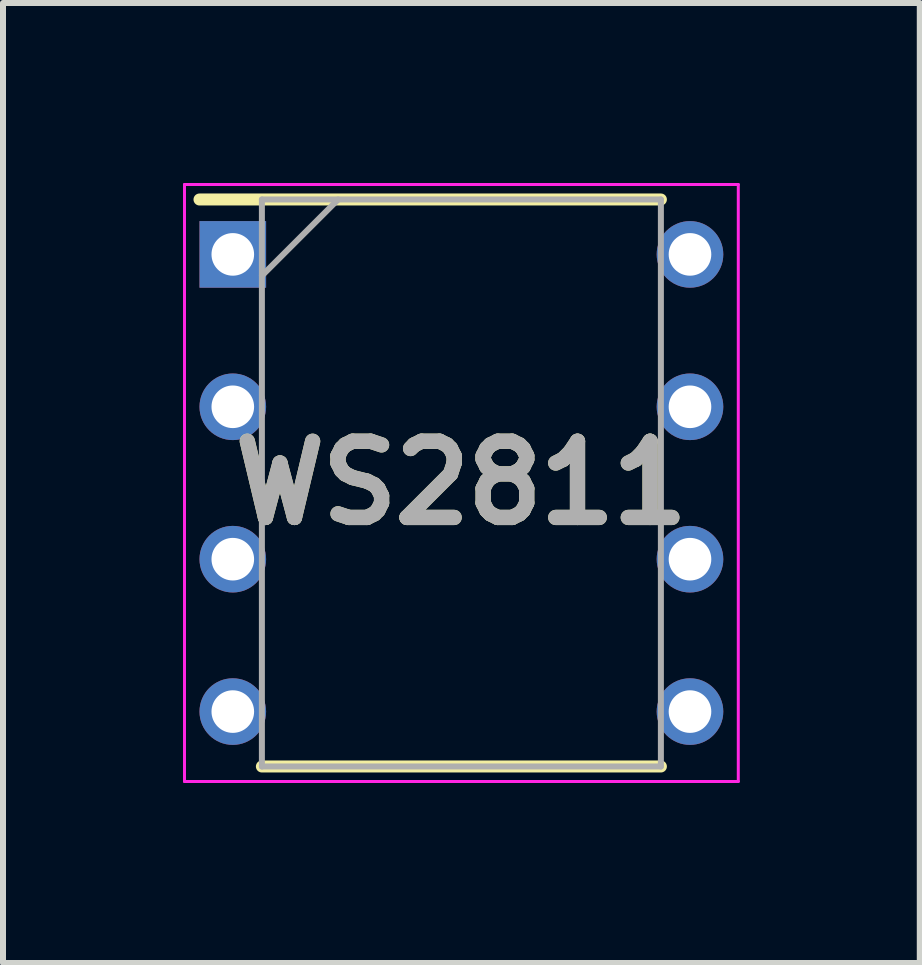
<source format=kicad_pcb>
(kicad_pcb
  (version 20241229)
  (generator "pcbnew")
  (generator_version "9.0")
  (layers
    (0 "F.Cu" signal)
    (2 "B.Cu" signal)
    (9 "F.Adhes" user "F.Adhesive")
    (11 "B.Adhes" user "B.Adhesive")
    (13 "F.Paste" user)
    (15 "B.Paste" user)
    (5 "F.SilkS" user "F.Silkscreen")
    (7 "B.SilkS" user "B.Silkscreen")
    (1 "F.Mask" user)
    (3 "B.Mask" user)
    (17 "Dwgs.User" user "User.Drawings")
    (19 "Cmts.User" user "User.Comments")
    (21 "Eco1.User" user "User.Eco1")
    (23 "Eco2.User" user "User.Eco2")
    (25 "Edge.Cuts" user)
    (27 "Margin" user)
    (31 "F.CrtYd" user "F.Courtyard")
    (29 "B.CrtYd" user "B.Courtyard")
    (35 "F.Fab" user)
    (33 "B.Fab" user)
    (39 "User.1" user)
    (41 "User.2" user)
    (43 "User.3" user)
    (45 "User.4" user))
  (footprint "WS2811"
    (layer "F.Cu")
    (at 4.64 5)
    (property "Reference" "WS2811" (at 0 0 0) (layer "F.SilkS") (effects (font (size 1.27 1.27) (thickness 0.254))))
    (attr through_hole)
    (fp_line (start -4.365 -4.725) (end 3.325 -4.725) (stroke (width 0.2) (type solid)) (layer "F.SilkS"))
    (fp_line (start -3.325 4.725) (end 3.325 4.725) (stroke (width 0.2) (type solid)) (layer "F.SilkS"))
    (fp_line (start -4.615 -4.975) (end 4.615 -4.975) (stroke (width 0.05) (type solid)) (layer "F.CrtYd"))
    (fp_line (start -4.615 4.975) (end -4.615 -4.975) (stroke (width 0.05) (type solid)) (layer "F.CrtYd"))
    (fp_line (start 4.615 -4.975) (end 4.615 4.975) (stroke (width 0.05) (type solid)) (layer "F.CrtYd"))
    (fp_line (start 4.615 4.975) (end -4.615 4.975) (stroke (width 0.05) (type solid)) (layer "F.CrtYd"))
    (fp_line (start -3.325 -4.725) (end 3.325 -4.725) (stroke (width 0.1) (type solid)) (layer "F.Fab"))
    (fp_line (start -3.325 -3.455) (end -2.055 -4.725) (stroke (width 0.1) (type solid)) (layer "F.Fab"))
    (fp_line (start -3.325 4.725) (end -3.325 -4.725) (stroke (width 0.1) (type solid)) (layer "F.Fab"))
    (fp_line (start 3.325 -4.725) (end 3.325 4.725) (stroke (width 0.1) (type solid)) (layer "F.Fab"))
    (fp_line (start 3.325 4.725) (end -3.325 4.725) (stroke (width 0.1) (type solid)) (layer "F.Fab"))
    (fp_text user "${REFERENCE}" (at 0 0 0) (layer "F.Fab") (effects (font (size 1.27 1.27) (thickness 0.254))))
    (pad "1" thru_hole rect (at -3.81 -3.81) (size 1.11 1.11) (drill 0.71) (layers "*.Cu" "*.Mask"))
    (pad "2" thru_hole circle (at -3.81 -1.27) (size 1.11 1.11) (drill 0.71) (layers "*.Cu" "*.Mask"))
    (pad "3" thru_hole circle (at -3.81 1.27) (size 1.11 1.11) (drill 0.71) (layers "*.Cu" "*.Mask"))
    (pad "4" thru_hole circle (at -3.81 3.81) (size 1.11 1.11) (drill 0.71) (layers "*.Cu" "*.Mask"))
    (pad "5" thru_hole circle (at 3.81 3.81) (size 1.11 1.11) (drill 0.71) (layers "*.Cu" "*.Mask"))
    (pad "6" thru_hole circle (at 3.81 1.27) (size 1.11 1.11) (drill 0.71) (layers "*.Cu" "*.Mask"))
    (pad "7" thru_hole circle (at 3.81 -1.27) (size 1.11 1.11) (drill 0.71) (layers "*.Cu" "*.Mask"))
    (pad "8" thru_hole circle (at 3.81 -3.81) (size 1.11 1.11) (drill 0.71) (layers "*.Cu" "*.Mask")))
  (gr_rect
    (start -3 -3)
    (end 12.28 13)
    (stroke (width 0.1) (type default))
    (fill no)
    (layer "Edge.Cuts")))
</source>
